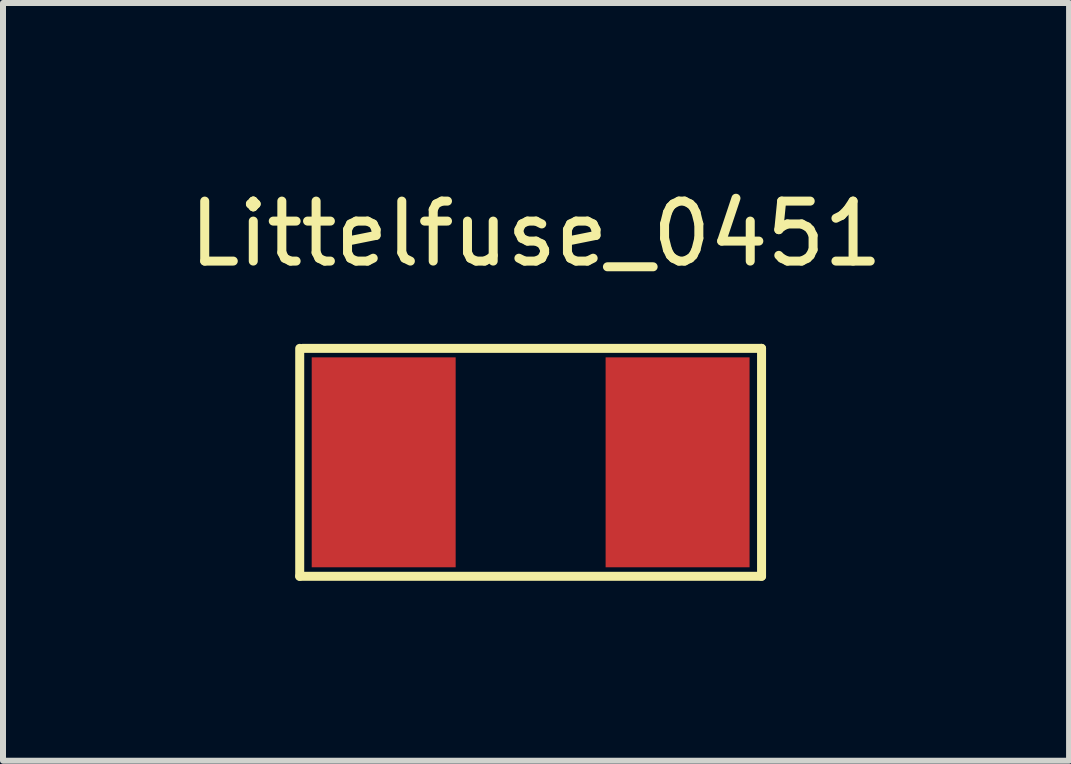
<source format=kicad_pcb>
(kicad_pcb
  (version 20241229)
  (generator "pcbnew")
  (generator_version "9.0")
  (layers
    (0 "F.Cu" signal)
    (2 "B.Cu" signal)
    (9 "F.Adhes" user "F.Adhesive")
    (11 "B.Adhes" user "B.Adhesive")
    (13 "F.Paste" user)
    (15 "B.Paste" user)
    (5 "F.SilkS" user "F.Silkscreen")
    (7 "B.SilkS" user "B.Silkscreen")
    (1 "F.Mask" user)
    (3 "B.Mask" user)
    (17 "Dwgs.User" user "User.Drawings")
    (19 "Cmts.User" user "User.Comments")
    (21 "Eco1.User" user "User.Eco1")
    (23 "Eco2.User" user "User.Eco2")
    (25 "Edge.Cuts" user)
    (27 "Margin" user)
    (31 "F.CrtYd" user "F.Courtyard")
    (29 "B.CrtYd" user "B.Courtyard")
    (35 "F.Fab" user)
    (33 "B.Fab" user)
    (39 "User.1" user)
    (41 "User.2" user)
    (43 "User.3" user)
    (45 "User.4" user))
  (footprint "Littelfuse_0451"
    (layer "F.Cu")
    (at 3.347 4.658)
    (property "Reference" "Littelfuse_0451" (at 2.54 -3.81 0) (layer "F.SilkS") (effects (font (size 1 1) (thickness 0.15))))
    (attr through_hole)
    (fp_line (start -1.4 1.9) (end -1.4 -1.9) (stroke (width 0.15) (type solid)) (layer "F.SilkS"))
    (fp_line (start -1.35 -1.9) (end 6.3 -1.9) (stroke (width 0.15) (type solid)) (layer "F.SilkS"))
    (fp_line (start 6.3 -1.9) (end 6.3 1.9) (stroke (width 0.15) (type solid)) (layer "F.SilkS"))
    (fp_line (start 6.3 1.9) (end -1.4 1.9) (stroke (width 0.15) (type solid)) (layer "F.SilkS"))
    (pad "1" smd rect (at 0 0) (size 2.4 3.5) (layers "F.Cu" "F.Mask" "F.Paste"))
    (pad "2" smd rect (at 4.9 0) (size 2.4 3.5) (layers "F.Cu" "F.Mask" "F.Paste")))
  (gr_rect
    (start -3 -3)
    (end 14.774 9.633)
    (stroke (width 0.1) (type default))
    (fill no)
    (layer "Edge.Cuts")))
</source>
